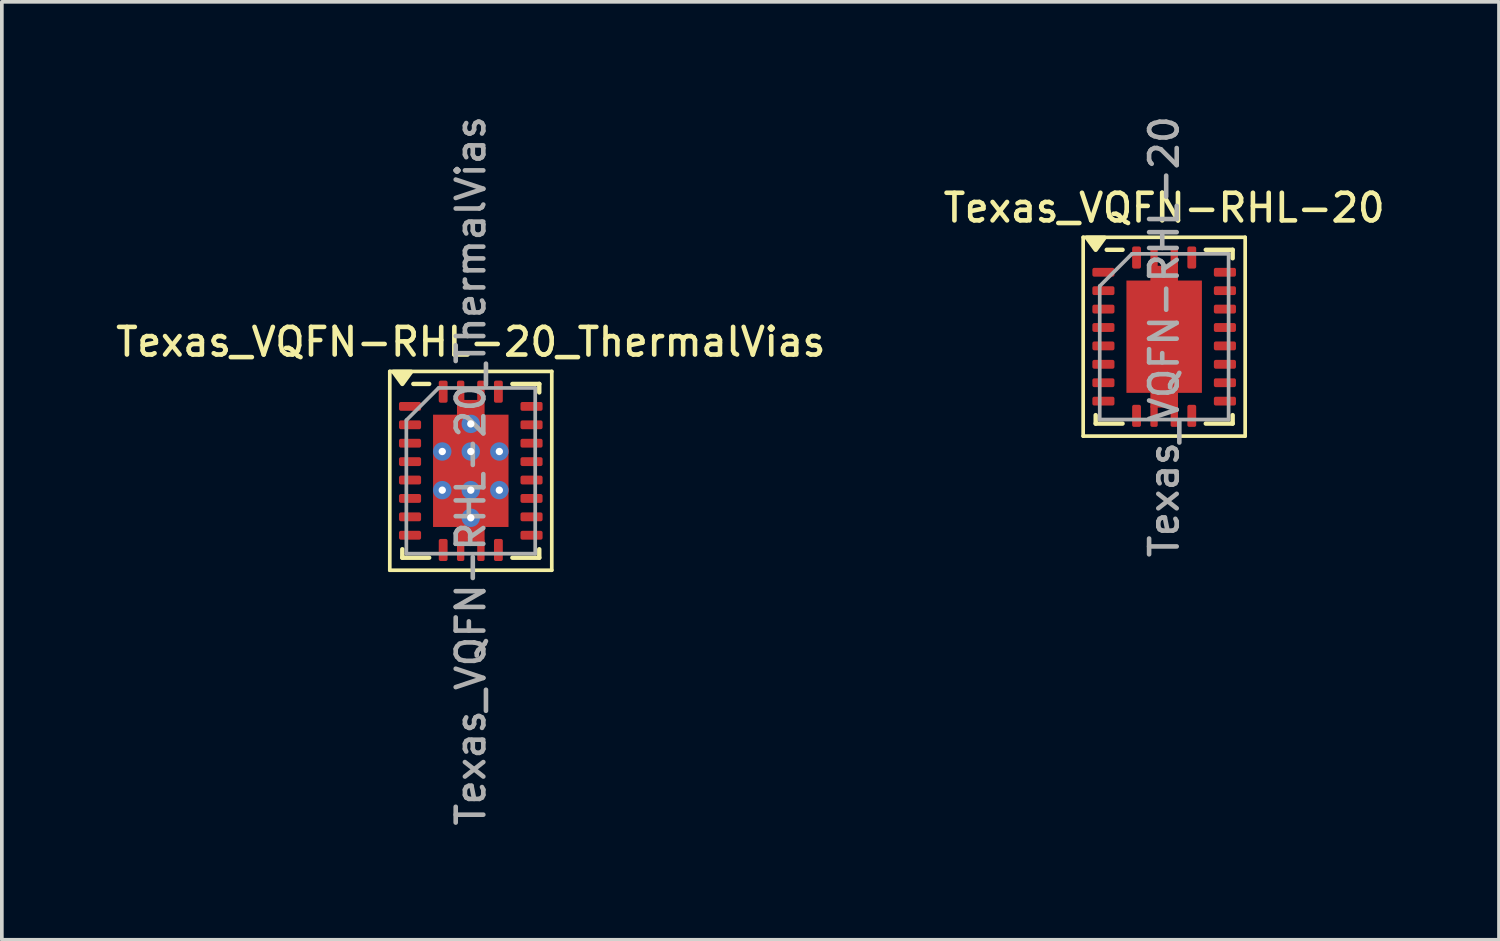
<source format=kicad_pcb>
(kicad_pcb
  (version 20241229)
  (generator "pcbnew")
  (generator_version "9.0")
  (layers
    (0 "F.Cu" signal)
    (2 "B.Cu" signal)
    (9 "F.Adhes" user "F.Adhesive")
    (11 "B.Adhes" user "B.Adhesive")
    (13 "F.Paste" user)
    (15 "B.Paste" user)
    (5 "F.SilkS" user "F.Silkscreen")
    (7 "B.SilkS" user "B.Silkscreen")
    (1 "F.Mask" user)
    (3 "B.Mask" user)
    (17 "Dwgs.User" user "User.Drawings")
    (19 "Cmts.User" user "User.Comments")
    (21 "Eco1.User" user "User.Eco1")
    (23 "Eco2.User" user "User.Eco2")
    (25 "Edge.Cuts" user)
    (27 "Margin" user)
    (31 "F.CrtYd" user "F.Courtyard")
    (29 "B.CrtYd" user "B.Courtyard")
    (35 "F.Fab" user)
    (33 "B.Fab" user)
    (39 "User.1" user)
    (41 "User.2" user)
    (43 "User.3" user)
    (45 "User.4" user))
  (footprint "Texas_VQFN-RHL-20"
    (layer "F.Cu")
    (at 28.57 6.095)
    (property "Reference" "Texas_VQFN-RHL-20" (at 0 -3.5 0) (layer "F.SilkS") (effects (font (size 0.75 0.75) (thickness 0.125))))
    (attr smd)
    (fp_line (start -2.2 -2.7) (end -2.2 2.7) (stroke (width 0.1) (type solid)) (layer "F.SilkS"))
    (fp_line (start -2.2 -2.7) (end 2.2 -2.7) (stroke (width 0.1) (type solid)) (layer "F.SilkS"))
    (fp_line (start -2.2 2.7) (end 2.2 2.7) (stroke (width 0.1) (type solid)) (layer "F.SilkS"))
    (fp_line (start -1.86 2.13) (end -1.86 2.36) (stroke (width 0.12) (type solid)) (layer "F.SilkS"))
    (fp_line (start -1.86 2.36) (end -1.13 2.36) (stroke (width 0.12) (type solid)) (layer "F.SilkS"))
    (fp_line (start -1.13 -2.36) (end -1.56 -2.36) (stroke (width 0.12) (type solid)) (layer "F.SilkS"))
    (fp_line (start 1.13 -2.36) (end 1.86 -2.36) (stroke (width 0.12) (type solid)) (layer "F.SilkS"))
    (fp_line (start 1.13 2.36) (end 1.86 2.36) (stroke (width 0.12) (type solid)) (layer "F.SilkS"))
    (fp_line (start 1.86 -2.36) (end 1.86 -2.13) (stroke (width 0.12) (type solid)) (layer "F.SilkS"))
    (fp_line (start 1.86 2.13) (end 1.86 2.36) (stroke (width 0.12) (type solid)) (layer "F.SilkS"))
    (fp_line (start 2.2 -2.7) (end 2.2 2.7) (stroke (width 0.1) (type solid)) (layer "F.SilkS"))
    (fp_poly (pts (xy -1.86 -2.36) (xy -2.1 -2.69) (xy -1.62 -2.69) (xy -1.86 -2.36)) (stroke (width 0.12) (type solid)) (fill yes) (layer "F.SilkS"))
    (fp_line (start -1.75 -1.375) (end -1.75 2.25) (stroke (width 0.1) (type solid)) (layer "F.Fab"))
    (fp_line (start -1.75 -1.375) (end -0.875 -2.25) (stroke (width 0.1) (type solid)) (layer "F.Fab"))
    (fp_line (start -1.75 2.25) (end 1.75 2.25) (stroke (width 0.1) (type solid)) (layer "F.Fab"))
    (fp_line (start -0.875 -2.25) (end 1.75 -2.25) (stroke (width 0.1) (type solid)) (layer "F.Fab"))
    (fp_line (start 1.75 -2.25) (end 1.75 2.25) (stroke (width 0.1) (type solid)) (layer "F.Fab"))
    (fp_text user "${REFERENCE}" (at 0 0 90) (layer "F.Fab") (effects (font (size 0.75 0.75) (thickness 0.125))))
    (pad "" smd rect (at -0.56 -1.05) (size 0.92 0.85) (layers "F.Paste"))
    (pad "" smd rect (at -0.56 0) (size 0.92 0.85) (layers "F.Paste"))
    (pad "" smd rect (at -0.56 1.05) (size 0.92 0.85) (layers "F.Paste"))
    (pad "" smd rect (at 0 -1.8) (size 0.75 0.25) (layers "F.Paste"))
    (pad "" smd rect (at 0 1.8) (size 0.75 0.25) (layers "F.Paste"))
    (pad "" smd rect (at 0.56 -1.05) (size 0.92 0.85) (layers "F.Paste"))
    (pad "" smd rect (at 0.56 0) (size 0.92 0.85) (layers "F.Paste"))
    (pad "" smd rect (at 0.56 1.05) (size 0.92 0.85) (layers "F.Paste"))
    (pad "1" smd roundrect (at -0.75 -2.15) (size 0.24 0.6) (layers "F.Cu" "F.Mask" "F.Paste") (roundrect_rratio 0.21))
    (pad "2" smd roundrect (at -1.65 -1.75) (size 0.6 0.24) (layers "F.Cu" "F.Mask" "F.Paste") (roundrect_rratio 0.21))
    (pad "3" smd roundrect (at -1.65 -1.25) (size 0.6 0.24) (layers "F.Cu" "F.Mask" "F.Paste") (roundrect_rratio 0.21))
    (pad "4" smd roundrect (at -1.65 -0.75) (size 0.6 0.24) (layers "F.Cu" "F.Mask" "F.Paste") (roundrect_rratio 0.21))
    (pad "5" smd roundrect (at -1.65 -0.25) (size 0.6 0.24) (layers "F.Cu" "F.Mask" "F.Paste") (roundrect_rratio 0.21))
    (pad "6" smd roundrect (at -1.65 0.25) (size 0.6 0.24) (layers "F.Cu" "F.Mask" "F.Paste") (roundrect_rratio 0.21))
    (pad "7" smd roundrect (at -1.65 0.75) (size 0.6 0.24) (layers "F.Cu" "F.Mask" "F.Paste") (roundrect_rratio 0.21))
    (pad "8" smd roundrect (at -1.65 1.25) (size 0.6 0.24) (layers "F.Cu" "F.Mask" "F.Paste") (roundrect_rratio 0.21))
    (pad "9" smd roundrect (at -1.65 1.75) (size 0.6 0.24) (layers "F.Cu" "F.Mask" "F.Paste") (roundrect_rratio 0.21))
    (pad "10" smd roundrect (at -0.75 2.15) (size 0.24 0.6) (layers "F.Cu" "F.Mask" "F.Paste") (roundrect_rratio 0.21))
    (pad "11" smd roundrect (at 0.75 2.15) (size 0.24 0.6) (layers "F.Cu" "F.Mask" "F.Paste") (roundrect_rratio 0.21))
    (pad "12" smd roundrect (at 1.65 1.75) (size 0.6 0.24) (layers "F.Cu" "F.Mask" "F.Paste") (roundrect_rratio 0.21))
    (pad "13" smd roundrect (at 1.65 1.25) (size 0.6 0.24) (layers "F.Cu" "F.Mask" "F.Paste") (roundrect_rratio 0.21))
    (pad "14" smd roundrect (at 1.65 0.75) (size 0.6 0.24) (layers "F.Cu" "F.Mask" "F.Paste") (roundrect_rratio 0.21))
    (pad "15" smd roundrect (at 1.65 0.25) (size 0.6 0.24) (layers "F.Cu" "F.Mask" "F.Paste") (roundrect_rratio 0.21))
    (pad "16" smd roundrect (at 1.65 -0.25) (size 0.6 0.24) (layers "F.Cu" "F.Mask" "F.Paste") (roundrect_rratio 0.21))
    (pad "17" smd roundrect (at 1.65 -0.75) (size 0.6 0.24) (layers "F.Cu" "F.Mask" "F.Paste") (roundrect_rratio 0.21))
    (pad "18" smd roundrect (at 1.65 -1.25) (size 0.6 0.24) (layers "F.Cu" "F.Mask" "F.Paste") (roundrect_rratio 0.21))
    (pad "19" smd roundrect (at 1.65 -1.75) (size 0.6 0.24) (layers "F.Cu" "F.Mask" "F.Paste") (roundrect_rratio 0.21))
    (pad "20" smd roundrect (at 0.75 -2.15) (size 0.24 0.6) (layers "F.Cu" "F.Mask" "F.Paste") (roundrect_rratio 0.21))
    (pad "21" smd roundrect (at -0.275 -2.15) (size 0.2 0.6) (layers "F.Cu" "F.Mask" "F.Paste") (roundrect_rratio 0.25))
    (pad "21" smd roundrect (at -0.275 2.15) (size 0.2 0.6) (layers "F.Cu" "F.Mask" "F.Paste") (roundrect_rratio 0.25))
    (pad "21" smd custom (at 0 0) (size 1.524 1.524) (layers "F.Cu" "F.Mask") (options (anchor rect)) (primitives (gr_poly (pts (xy 0.375 -1.525) (xy 1.025 -1.525) (xy 1.025 1.525) (xy 0.375 1.525) (xy 0.375 1.925) (xy -0.375 1.925) (xy -0.375 1.525) (xy -1.025 1.525) (xy -1.025 -1.525) (xy -0.375 -1.525) (xy -0.375 -1.925) (xy 0.375 -1.925)) (width 0) (fill yes))))
    (pad "21" smd roundrect (at 0.275 -2.15) (size 0.2 0.6) (layers "F.Cu" "F.Mask" "F.Paste") (roundrect_rratio 0.25))
    (pad "21" smd roundrect (at 0.275 2.15) (size 0.2 0.6) (layers "F.Cu" "F.Mask" "F.Paste") (roundrect_rratio 0.25)))
  (footprint "Texas_VQFN-RHL-20_ThermalVias"
    (layer "F.Cu")
    (at 9.737 9.738)
    (property "Reference" "Texas_VQFN-RHL-20_ThermalVias" (at 0 -3.5 0) (layer "F.SilkS") (effects (font (size 0.75 0.75) (thickness 0.125))))
    (attr smd)
    (fp_line (start -2.2 -2.7) (end -2.2 2.7) (stroke (width 0.1) (type solid)) (layer "F.SilkS"))
    (fp_line (start -2.2 -2.7) (end 2.2 -2.7) (stroke (width 0.1) (type solid)) (layer "F.SilkS"))
    (fp_line (start -2.2 2.7) (end 2.2 2.7) (stroke (width 0.1) (type solid)) (layer "F.SilkS"))
    (fp_line (start -1.86 2.13) (end -1.86 2.36) (stroke (width 0.12) (type solid)) (layer "F.SilkS"))
    (fp_line (start -1.86 2.36) (end -1.13 2.36) (stroke (width 0.12) (type solid)) (layer "F.SilkS"))
    (fp_line (start -1.13 -2.36) (end -1.56 -2.36) (stroke (width 0.12) (type solid)) (layer "F.SilkS"))
    (fp_line (start 1.13 -2.36) (end 1.86 -2.36) (stroke (width 0.12) (type solid)) (layer "F.SilkS"))
    (fp_line (start 1.13 2.36) (end 1.86 2.36) (stroke (width 0.12) (type solid)) (layer "F.SilkS"))
    (fp_line (start 1.86 -2.36) (end 1.86 -2.13) (stroke (width 0.12) (type solid)) (layer "F.SilkS"))
    (fp_line (start 1.86 2.13) (end 1.86 2.36) (stroke (width 0.12) (type solid)) (layer "F.SilkS"))
    (fp_line (start 2.2 -2.7) (end 2.2 2.7) (stroke (width 0.1) (type solid)) (layer "F.SilkS"))
    (fp_poly (pts (xy -1.86 -2.36) (xy -2.1 -2.69) (xy -1.62 -2.69) (xy -1.86 -2.36)) (stroke (width 0.12) (type solid)) (fill yes) (layer "F.SilkS"))
    (fp_line (start -1.75 -1.375) (end -1.75 2.25) (stroke (width 0.1) (type solid)) (layer "F.Fab"))
    (fp_line (start -1.75 -1.375) (end -0.875 -2.25) (stroke (width 0.1) (type solid)) (layer "F.Fab"))
    (fp_line (start -1.75 2.25) (end 1.75 2.25) (stroke (width 0.1) (type solid)) (layer "F.Fab"))
    (fp_line (start -0.875 -2.25) (end 1.75 -2.25) (stroke (width 0.1) (type solid)) (layer "F.Fab"))
    (fp_line (start 1.75 -2.25) (end 1.75 2.25) (stroke (width 0.1) (type solid)) (layer "F.Fab"))
    (fp_text user "${REFERENCE}" (at 0 0 90) (layer "F.Fab") (effects (font (size 0.75 0.75) (thickness 0.125))))
    (pad "" smd rect (at -0.56 -1.05) (size 0.92 0.85) (layers "F.Paste"))
    (pad "" smd rect (at -0.56 0) (size 0.92 0.85) (layers "F.Paste"))
    (pad "" smd rect (at -0.56 1.05) (size 0.92 0.85) (layers "F.Paste"))
    (pad "" smd rect (at 0 -1.8) (size 0.75 0.25) (layers "F.Paste"))
    (pad "" smd rect (at 0 1.8) (size 0.75 0.25) (layers "F.Paste"))
    (pad "" smd rect (at 0.56 -1.05) (size 0.92 0.85) (layers "F.Paste"))
    (pad "" smd rect (at 0.56 0) (size 0.92 0.85) (layers "F.Paste"))
    (pad "" smd rect (at 0.56 1.05) (size 0.92 0.85) (layers "F.Paste"))
    (pad "1" smd roundrect (at -0.75 -2.15) (size 0.24 0.6) (layers "F.Cu" "F.Mask" "F.Paste") (roundrect_rratio 0.21))
    (pad "2" smd roundrect (at -1.65 -1.75) (size 0.6 0.24) (layers "F.Cu" "F.Mask" "F.Paste") (roundrect_rratio 0.21))
    (pad "3" smd roundrect (at -1.65 -1.25) (size 0.6 0.24) (layers "F.Cu" "F.Mask" "F.Paste") (roundrect_rratio 0.21))
    (pad "4" smd roundrect (at -1.65 -0.75) (size 0.6 0.24) (layers "F.Cu" "F.Mask" "F.Paste") (roundrect_rratio 0.21))
    (pad "5" smd roundrect (at -1.65 -0.25) (size 0.6 0.24) (layers "F.Cu" "F.Mask" "F.Paste") (roundrect_rratio 0.21))
    (pad "6" smd roundrect (at -1.65 0.25) (size 0.6 0.24) (layers "F.Cu" "F.Mask" "F.Paste") (roundrect_rratio 0.21))
    (pad "7" smd roundrect (at -1.65 0.75) (size 0.6 0.24) (layers "F.Cu" "F.Mask" "F.Paste") (roundrect_rratio 0.21))
    (pad "8" smd roundrect (at -1.65 1.25) (size 0.6 0.24) (layers "F.Cu" "F.Mask" "F.Paste") (roundrect_rratio 0.21))
    (pad "9" smd roundrect (at -1.65 1.75) (size 0.6 0.24) (layers "F.Cu" "F.Mask" "F.Paste") (roundrect_rratio 0.21))
    (pad "10" smd roundrect (at -0.75 2.15) (size 0.24 0.6) (layers "F.Cu" "F.Mask" "F.Paste") (roundrect_rratio 0.21))
    (pad "11" smd roundrect (at 0.75 2.15) (size 0.24 0.6) (layers "F.Cu" "F.Mask" "F.Paste") (roundrect_rratio 0.21))
    (pad "12" smd roundrect (at 1.65 1.75) (size 0.6 0.24) (layers "F.Cu" "F.Mask" "F.Paste") (roundrect_rratio 0.21))
    (pad "13" smd roundrect (at 1.65 1.25) (size 0.6 0.24) (layers "F.Cu" "F.Mask" "F.Paste") (roundrect_rratio 0.21))
    (pad "14" smd roundrect (at 1.65 0.75) (size 0.6 0.24) (layers "F.Cu" "F.Mask" "F.Paste") (roundrect_rratio 0.21))
    (pad "15" smd roundrect (at 1.65 0.25) (size 0.6 0.24) (layers "F.Cu" "F.Mask" "F.Paste") (roundrect_rratio 0.21))
    (pad "16" smd roundrect (at 1.65 -0.25) (size 0.6 0.24) (layers "F.Cu" "F.Mask" "F.Paste") (roundrect_rratio 0.21))
    (pad "17" smd roundrect (at 1.65 -0.75) (size 0.6 0.24) (layers "F.Cu" "F.Mask" "F.Paste") (roundrect_rratio 0.21))
    (pad "18" smd roundrect (at 1.65 -1.25) (size 0.6 0.24) (layers "F.Cu" "F.Mask" "F.Paste") (roundrect_rratio 0.21))
    (pad "19" smd roundrect (at 1.65 -1.75) (size 0.6 0.24) (layers "F.Cu" "F.Mask" "F.Paste") (roundrect_rratio 0.21))
    (pad "20" smd roundrect (at 0.75 -2.15) (size 0.24 0.6) (layers "F.Cu" "F.Mask" "F.Paste") (roundrect_rratio 0.21))
    (pad "21" thru_hole circle (at -0.775 -0.525) (size 0.5 0.5) (drill 0.2) (layers "*.Cu"))
    (pad "21" thru_hole circle (at -0.775 0.525) (size 0.5 0.5) (drill 0.2) (layers "*.Cu"))
    (pad "21" smd roundrect (at -0.275 -2.15) (size 0.2 0.6) (layers "F.Cu" "F.Mask" "F.Paste") (roundrect_rratio 0.25))
    (pad "21" smd roundrect (at -0.275 2.15) (size 0.2 0.6) (layers "F.Cu" "F.Mask" "F.Paste") (roundrect_rratio 0.25))
    (pad "21" thru_hole circle (at 0 -1.275) (size 0.5 0.5) (drill 0.2) (layers "*.Cu"))
    (pad "21" thru_hole circle (at 0 -0.525) (size 0.5 0.5) (drill 0.2) (layers "*.Cu"))
    (pad "21" smd custom (at 0 0) (size 1.524 1.524) (layers "F.Cu" "F.Mask") (options (anchor rect)) (primitives (gr_poly (pts (xy 0.375 -1.525) (xy 1.025 -1.525) (xy 1.025 1.525) (xy 0.375 1.525) (xy 0.375 1.925) (xy -0.375 1.925) (xy -0.375 1.525) (xy -1.025 1.525) (xy -1.025 -1.525) (xy -0.375 -1.525) (xy -0.375 -1.925) (xy 0.375 -1.925)) (width 0) (fill yes))))
    (pad "21" thru_hole circle (at 0 0.525) (size 0.5 0.5) (drill 0.2) (layers "*.Cu"))
    (pad "21" thru_hole circle (at 0 1.275) (size 0.5 0.5) (drill 0.2) (layers "*.Cu"))
    (pad "21" smd roundrect (at 0.275 -2.15) (size 0.2 0.6) (layers "F.Cu" "F.Mask" "F.Paste") (roundrect_rratio 0.25))
    (pad "21" smd roundrect (at 0.275 2.15) (size 0.2 0.6) (layers "F.Cu" "F.Mask" "F.Paste") (roundrect_rratio 0.25))
    (pad "21" thru_hole circle (at 0.775 -0.525) (size 0.5 0.5) (drill 0.2) (layers "*.Cu"))
    (pad "21" thru_hole circle (at 0.775 0.525) (size 0.5 0.5) (drill 0.2) (layers "*.Cu")))
  (gr_rect
    (start -3 -3)
    (end 37.664 22.475)
    (stroke (width 0.1) (type default))
    (fill no)
    (layer "Edge.Cuts")))
</source>
